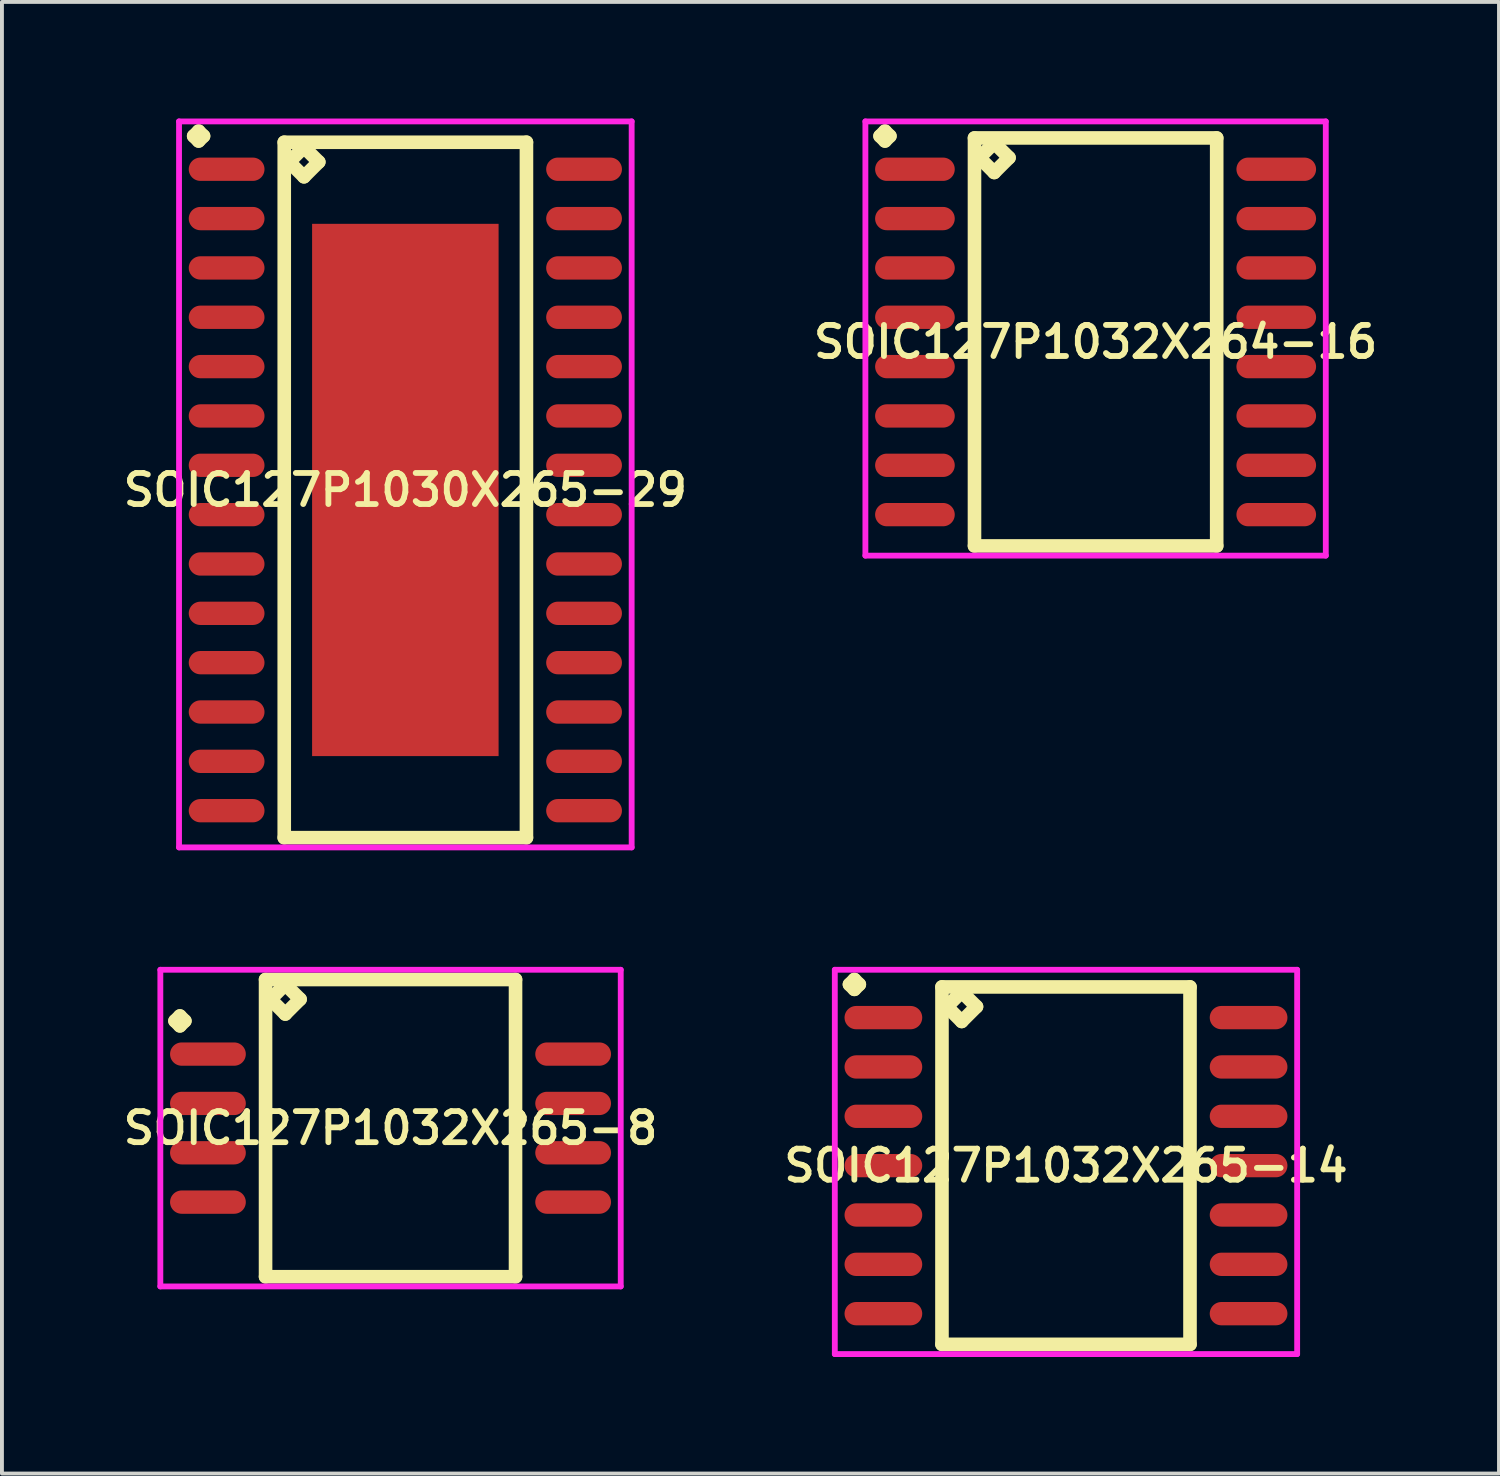
<source format=kicad_pcb>
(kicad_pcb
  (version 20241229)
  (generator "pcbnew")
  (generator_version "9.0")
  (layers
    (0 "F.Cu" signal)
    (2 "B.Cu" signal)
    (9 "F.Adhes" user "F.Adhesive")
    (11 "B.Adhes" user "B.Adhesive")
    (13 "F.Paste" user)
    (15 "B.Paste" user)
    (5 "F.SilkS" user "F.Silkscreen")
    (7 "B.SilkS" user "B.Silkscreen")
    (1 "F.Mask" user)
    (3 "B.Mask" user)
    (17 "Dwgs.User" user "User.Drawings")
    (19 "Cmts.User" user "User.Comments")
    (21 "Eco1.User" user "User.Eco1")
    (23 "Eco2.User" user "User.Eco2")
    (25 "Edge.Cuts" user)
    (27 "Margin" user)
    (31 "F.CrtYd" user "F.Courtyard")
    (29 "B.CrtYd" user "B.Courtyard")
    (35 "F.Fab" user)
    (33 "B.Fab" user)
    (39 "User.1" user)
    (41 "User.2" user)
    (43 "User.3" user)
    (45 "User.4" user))
  (footprint "SOIC127P1032X264-16"
    (layer "F.Cu")
    (at 25.149 5.751)
    (property "Reference" "SOIC127P1032X264-16" (at 0 0 0) (layer "F.SilkS") (effects (font (size 0.8 0.8) (thickness 0.15))))
    (attr smd)
    (fp_line (start -5.548 -5.299) (end -5.421 -5.426) (stroke (width 0.35) (type solid)) (layer "F.SilkS"))
    (fp_line (start -5.421 -5.426) (end -5.294 -5.299) (stroke (width 0.35) (type solid)) (layer "F.SilkS"))
    (fp_line (start -5.421 -5.172) (end -5.548 -5.299) (stroke (width 0.35) (type solid)) (layer "F.SilkS"))
    (fp_line (start -5.294 -5.299) (end -5.421 -5.172) (stroke (width 0.35) (type solid)) (layer "F.SilkS"))
    (fp_line (start -3.117 -5.25) (end -3.117 5.25) (stroke (width 0.35) (type solid)) (layer "F.SilkS"))
    (fp_line (start -3.117 5.25) (end 3.117 5.25) (stroke (width 0.35) (type solid)) (layer "F.SilkS"))
    (fp_line (start -2.99 -4.742) (end -2.609 -5.123) (stroke (width 0.35) (type solid)) (layer "F.SilkS"))
    (fp_line (start -2.609 -5.123) (end -2.228 -4.742) (stroke (width 0.35) (type solid)) (layer "F.SilkS"))
    (fp_line (start -2.609 -4.361) (end -2.99 -4.742) (stroke (width 0.35) (type solid)) (layer "F.SilkS"))
    (fp_line (start -2.228 -4.742) (end -2.609 -4.361) (stroke (width 0.35) (type solid)) (layer "F.SilkS"))
    (fp_line (start 3.117 -5.25) (end -3.117 -5.25) (stroke (width 0.35) (type solid)) (layer "F.SilkS"))
    (fp_line (start 3.117 5.25) (end 3.117 -5.25) (stroke (width 0.35) (type solid)) (layer "F.SilkS"))
    (fp_line (start -5.925 -5.676) (end 5.925 -5.676) (stroke (width 0.15) (type solid)) (layer "F.CrtYd"))
    (fp_line (start -5.925 5.5) (end -5.925 -5.676) (stroke (width 0.15) (type solid)) (layer "F.CrtYd"))
    (fp_line (start 5.925 -5.676) (end 5.925 5.5) (stroke (width 0.15) (type solid)) (layer "F.CrtYd"))
    (fp_line (start 5.925 5.5) (end -5.925 5.5) (stroke (width 0.15) (type solid)) (layer "F.CrtYd"))
    (pad "1" smd oval (at -4.65 -4.445) (size 2.05 0.6) (layers "F.Cu" "F.Mask" "F.Paste"))
    (pad "2" smd oval (at -4.65 -3.175) (size 2.05 0.6) (layers "F.Cu" "F.Mask" "F.Paste"))
    (pad "3" smd oval (at -4.65 -1.905) (size 2.05 0.6) (layers "F.Cu" "F.Mask" "F.Paste"))
    (pad "4" smd oval (at -4.65 -0.635) (size 2.05 0.6) (layers "F.Cu" "F.Mask" "F.Paste"))
    (pad "5" smd oval (at -4.65 0.635) (size 2.05 0.6) (layers "F.Cu" "F.Mask" "F.Paste"))
    (pad "6" smd oval (at -4.65 1.905) (size 2.05 0.6) (layers "F.Cu" "F.Mask" "F.Paste"))
    (pad "7" smd oval (at -4.65 3.175) (size 2.05 0.6) (layers "F.Cu" "F.Mask" "F.Paste"))
    (pad "8" smd oval (at -4.65 4.445) (size 2.05 0.6) (layers "F.Cu" "F.Mask" "F.Paste"))
    (pad "9" smd oval (at 4.65 4.445) (size 2.05 0.6) (layers "F.Cu" "F.Mask" "F.Paste"))
    (pad "10" smd oval (at 4.65 3.175) (size 2.05 0.6) (layers "F.Cu" "F.Mask" "F.Paste"))
    (pad "11" smd oval (at 4.65 1.905) (size 2.05 0.6) (layers "F.Cu" "F.Mask" "F.Paste"))
    (pad "12" smd oval (at 4.65 0.635) (size 2.05 0.6) (layers "F.Cu" "F.Mask" "F.Paste"))
    (pad "13" smd oval (at 4.65 -0.635) (size 2.05 0.6) (layers "F.Cu" "F.Mask" "F.Paste"))
    (pad "14" smd oval (at 4.65 -1.905) (size 2.05 0.6) (layers "F.Cu" "F.Mask" "F.Paste"))
    (pad "15" smd oval (at 4.65 -3.175) (size 2.05 0.6) (layers "F.Cu" "F.Mask" "F.Paste"))
    (pad "16" smd oval (at 4.65 -4.445) (size 2.05 0.6) (layers "F.Cu" "F.Mask" "F.Paste")))
  (footprint "SOIC127P1032X265-8"
    (layer "F.Cu")
    (at 7.002 25.986)
    (property "Reference" "SOIC127P1032X265-8" (at 0 0 0) (layer "F.SilkS") (effects (font (size 0.8 0.8) (thickness 0.15))))
    (attr smd)
    (fp_line (start -5.548 -2.759) (end -5.421 -2.886) (stroke (width 0.35) (type solid)) (layer "F.SilkS"))
    (fp_line (start -5.421 -2.886) (end -5.294 -2.759) (stroke (width 0.35) (type solid)) (layer "F.SilkS"))
    (fp_line (start -5.421 -2.632) (end -5.548 -2.759) (stroke (width 0.35) (type solid)) (layer "F.SilkS"))
    (fp_line (start -5.294 -2.759) (end -5.421 -2.632) (stroke (width 0.35) (type solid)) (layer "F.SilkS"))
    (fp_line (start -3.217 -3.825) (end -3.217 3.825) (stroke (width 0.35) (type solid)) (layer "F.SilkS"))
    (fp_line (start -3.217 3.825) (end 3.217 3.825) (stroke (width 0.35) (type solid)) (layer "F.SilkS"))
    (fp_line (start -3.09 -3.317) (end -2.709 -3.698) (stroke (width 0.35) (type solid)) (layer "F.SilkS"))
    (fp_line (start -2.709 -3.698) (end -2.328 -3.317) (stroke (width 0.35) (type solid)) (layer "F.SilkS"))
    (fp_line (start -2.709 -2.936) (end -3.09 -3.317) (stroke (width 0.35) (type solid)) (layer "F.SilkS"))
    (fp_line (start -2.328 -3.317) (end -2.709 -2.936) (stroke (width 0.35) (type solid)) (layer "F.SilkS"))
    (fp_line (start 3.217 -3.825) (end -3.217 -3.825) (stroke (width 0.35) (type solid)) (layer "F.SilkS"))
    (fp_line (start 3.217 3.825) (end 3.217 -3.825) (stroke (width 0.35) (type solid)) (layer "F.SilkS"))
    (fp_line (start -5.925 -4.075) (end 5.925 -4.075) (stroke (width 0.15) (type solid)) (layer "F.CrtYd"))
    (fp_line (start -5.925 4.075) (end -5.925 -4.075) (stroke (width 0.15) (type solid)) (layer "F.CrtYd"))
    (fp_line (start 5.925 -4.075) (end 5.925 4.075) (stroke (width 0.15) (type solid)) (layer "F.CrtYd"))
    (fp_line (start 5.925 4.075) (end -5.925 4.075) (stroke (width 0.15) (type solid)) (layer "F.CrtYd"))
    (pad "1" smd oval (at -4.7 -1.905) (size 1.95 0.6) (layers "F.Cu" "F.Mask" "F.Paste"))
    (pad "2" smd oval (at -4.7 -0.635) (size 1.95 0.6) (layers "F.Cu" "F.Mask" "F.Paste"))
    (pad "3" smd oval (at -4.7 0.635) (size 1.95 0.6) (layers "F.Cu" "F.Mask" "F.Paste"))
    (pad "4" smd oval (at -4.7 1.905) (size 1.95 0.6) (layers "F.Cu" "F.Mask" "F.Paste"))
    (pad "5" smd oval (at 4.7 1.905) (size 1.95 0.6) (layers "F.Cu" "F.Mask" "F.Paste"))
    (pad "6" smd oval (at 4.7 0.635) (size 1.95 0.6) (layers "F.Cu" "F.Mask" "F.Paste"))
    (pad "7" smd oval (at 4.7 -0.635) (size 1.95 0.6) (layers "F.Cu" "F.Mask" "F.Paste"))
    (pad "8" smd oval (at 4.7 -1.905) (size 1.95 0.6) (layers "F.Cu" "F.Mask" "F.Paste")))
  (footprint "SOIC127P1032X265-14"
    (layer "F.Cu")
    (at 24.387 26.952)
    (property "Reference" "SOIC127P1032X265-14" (at 0 0 0) (layer "F.SilkS") (effects (font (size 0.8 0.8) (thickness 0.15))))
    (attr smd)
    (fp_line (start -5.573 -4.664) (end -5.446 -4.791) (stroke (width 0.35) (type solid)) (layer "F.SilkS"))
    (fp_line (start -5.446 -4.791) (end -5.319 -4.664) (stroke (width 0.35) (type solid)) (layer "F.SilkS"))
    (fp_line (start -5.446 -4.537) (end -5.573 -4.664) (stroke (width 0.35) (type solid)) (layer "F.SilkS"))
    (fp_line (start -5.319 -4.664) (end -5.446 -4.537) (stroke (width 0.35) (type solid)) (layer "F.SilkS"))
    (fp_line (start -3.192 -4.6) (end -3.192 4.6) (stroke (width 0.35) (type solid)) (layer "F.SilkS"))
    (fp_line (start -3.192 4.6) (end 3.192 4.6) (stroke (width 0.35) (type solid)) (layer "F.SilkS"))
    (fp_line (start -3.065 -4.092) (end -2.684 -4.473) (stroke (width 0.35) (type solid)) (layer "F.SilkS"))
    (fp_line (start -2.684 -4.473) (end -2.303 -4.092) (stroke (width 0.35) (type solid)) (layer "F.SilkS"))
    (fp_line (start -2.684 -3.711) (end -3.065 -4.092) (stroke (width 0.35) (type solid)) (layer "F.SilkS"))
    (fp_line (start -2.303 -4.092) (end -2.684 -3.711) (stroke (width 0.35) (type solid)) (layer "F.SilkS"))
    (fp_line (start 3.192 -4.6) (end -3.192 -4.6) (stroke (width 0.35) (type solid)) (layer "F.SilkS"))
    (fp_line (start 3.192 4.6) (end 3.192 -4.6) (stroke (width 0.35) (type solid)) (layer "F.SilkS"))
    (fp_line (start -5.95 -5.041) (end 5.95 -5.041) (stroke (width 0.15) (type solid)) (layer "F.CrtYd"))
    (fp_line (start -5.95 4.85) (end -5.95 -5.041) (stroke (width 0.15) (type solid)) (layer "F.CrtYd"))
    (fp_line (start 5.95 -5.041) (end 5.95 4.85) (stroke (width 0.15) (type solid)) (layer "F.CrtYd"))
    (fp_line (start 5.95 4.85) (end -5.95 4.85) (stroke (width 0.15) (type solid)) (layer "F.CrtYd"))
    (pad "1" smd oval (at -4.7 -3.81) (size 2 0.6) (layers "F.Cu" "F.Mask" "F.Paste"))
    (pad "2" smd oval (at -4.7 -2.54) (size 2 0.6) (layers "F.Cu" "F.Mask" "F.Paste"))
    (pad "3" smd oval (at -4.7 -1.27) (size 2 0.6) (layers "F.Cu" "F.Mask" "F.Paste"))
    (pad "4" smd oval (at -4.7 0) (size 2 0.6) (layers "F.Cu" "F.Mask" "F.Paste"))
    (pad "5" smd oval (at -4.7 1.27) (size 2 0.6) (layers "F.Cu" "F.Mask" "F.Paste"))
    (pad "6" smd oval (at -4.7 2.54) (size 2 0.6) (layers "F.Cu" "F.Mask" "F.Paste"))
    (pad "7" smd oval (at -4.7 3.81) (size 2 0.6) (layers "F.Cu" "F.Mask" "F.Paste"))
    (pad "8" smd oval (at 4.7 3.81) (size 2 0.6) (layers "F.Cu" "F.Mask" "F.Paste"))
    (pad "9" smd oval (at 4.7 2.54) (size 2 0.6) (layers "F.Cu" "F.Mask" "F.Paste"))
    (pad "10" smd oval (at 4.7 1.27) (size 2 0.6) (layers "F.Cu" "F.Mask" "F.Paste"))
    (pad "11" smd oval (at 4.7 0) (size 2 0.6) (layers "F.Cu" "F.Mask" "F.Paste"))
    (pad "12" smd oval (at 4.7 -1.27) (size 2 0.6) (layers "F.Cu" "F.Mask" "F.Paste"))
    (pad "13" smd oval (at 4.7 -2.54) (size 2 0.6) (layers "F.Cu" "F.Mask" "F.Paste"))
    (pad "14" smd oval (at 4.7 -3.81) (size 2 0.6) (layers "F.Cu" "F.Mask" "F.Paste")))
  (footprint "SOIC127P1030X265-29"
    (layer "F.Cu")
    (at 7.383 9.561)
    (property "Reference" "SOIC127P1030X265-29" (at 0 0 0) (layer "F.SilkS") (effects (font (size 0.8 0.8) (thickness 0.15))))
    (attr smd)
    (fp_line (start -5.448 -9.109) (end -5.321 -9.236) (stroke (width 0.35) (type solid)) (layer "F.SilkS"))
    (fp_line (start -5.321 -9.236) (end -5.194 -9.109) (stroke (width 0.35) (type solid)) (layer "F.SilkS"))
    (fp_line (start -5.321 -8.982) (end -5.448 -9.109) (stroke (width 0.35) (type solid)) (layer "F.SilkS"))
    (fp_line (start -5.194 -9.109) (end -5.321 -8.982) (stroke (width 0.35) (type solid)) (layer "F.SilkS"))
    (fp_line (start -3.117 -8.95) (end -3.117 8.95) (stroke (width 0.35) (type solid)) (layer "F.SilkS"))
    (fp_line (start -3.117 8.95) (end 3.117 8.95) (stroke (width 0.35) (type solid)) (layer "F.SilkS"))
    (fp_line (start -2.99 -8.442) (end -2.609 -8.823) (stroke (width 0.35) (type solid)) (layer "F.SilkS"))
    (fp_line (start -2.609 -8.823) (end -2.228 -8.442) (stroke (width 0.35) (type solid)) (layer "F.SilkS"))
    (fp_line (start -2.609 -8.061) (end -2.99 -8.442) (stroke (width 0.35) (type solid)) (layer "F.SilkS"))
    (fp_line (start -2.228 -8.442) (end -2.609 -8.061) (stroke (width 0.35) (type solid)) (layer "F.SilkS"))
    (fp_line (start 3.117 -8.95) (end -3.117 -8.95) (stroke (width 0.35) (type solid)) (layer "F.SilkS"))
    (fp_line (start 3.117 8.95) (end 3.117 -8.95) (stroke (width 0.35) (type solid)) (layer "F.SilkS"))
    (fp_line (start -5.825 -9.486) (end 5.825 -9.486) (stroke (width 0.15) (type solid)) (layer "F.CrtYd"))
    (fp_line (start -5.825 9.2) (end -5.825 -9.486) (stroke (width 0.15) (type solid)) (layer "F.CrtYd"))
    (fp_line (start 5.825 -9.486) (end 5.825 9.2) (stroke (width 0.15) (type solid)) (layer "F.CrtYd"))
    (fp_line (start 5.825 9.2) (end -5.825 9.2) (stroke (width 0.15) (type solid)) (layer "F.CrtYd"))
    (pad "1" smd oval (at -4.6 -8.255) (size 1.95 0.6) (layers "F.Cu" "F.Mask" "F.Paste"))
    (pad "2" smd oval (at -4.6 -6.985) (size 1.95 0.6) (layers "F.Cu" "F.Mask" "F.Paste"))
    (pad "3" smd oval (at -4.6 -5.715) (size 1.95 0.6) (layers "F.Cu" "F.Mask" "F.Paste"))
    (pad "4" smd oval (at -4.6 -4.445) (size 1.95 0.6) (layers "F.Cu" "F.Mask" "F.Paste"))
    (pad "5" smd oval (at -4.6 -3.175) (size 1.95 0.6) (layers "F.Cu" "F.Mask" "F.Paste"))
    (pad "6" smd oval (at -4.6 -1.905) (size 1.95 0.6) (layers "F.Cu" "F.Mask" "F.Paste"))
    (pad "7" smd oval (at -4.6 -0.635) (size 1.95 0.6) (layers "F.Cu" "F.Mask" "F.Paste"))
    (pad "8" smd oval (at -4.6 0.635) (size 1.95 0.6) (layers "F.Cu" "F.Mask" "F.Paste"))
    (pad "9" smd oval (at -4.6 1.905) (size 1.95 0.6) (layers "F.Cu" "F.Mask" "F.Paste"))
    (pad "10" smd oval (at -4.6 3.175) (size 1.95 0.6) (layers "F.Cu" "F.Mask" "F.Paste"))
    (pad "11" smd oval (at -4.6 4.445) (size 1.95 0.6) (layers "F.Cu" "F.Mask" "F.Paste"))
    (pad "12" smd oval (at -4.6 5.715) (size 1.95 0.6) (layers "F.Cu" "F.Mask" "F.Paste"))
    (pad "13" smd oval (at -4.6 6.985) (size 1.95 0.6) (layers "F.Cu" "F.Mask" "F.Paste"))
    (pad "14" smd oval (at -4.6 8.255) (size 1.95 0.6) (layers "F.Cu" "F.Mask" "F.Paste"))
    (pad "15" smd oval (at 4.6 8.255) (size 1.95 0.6) (layers "F.Cu" "F.Mask" "F.Paste"))
    (pad "16" smd oval (at 4.6 6.985) (size 1.95 0.6) (layers "F.Cu" "F.Mask" "F.Paste"))
    (pad "17" smd oval (at 4.6 5.715) (size 1.95 0.6) (layers "F.Cu" "F.Mask" "F.Paste"))
    (pad "18" smd oval (at 4.6 4.445) (size 1.95 0.6) (layers "F.Cu" "F.Mask" "F.Paste"))
    (pad "19" smd oval (at 4.6 3.175) (size 1.95 0.6) (layers "F.Cu" "F.Mask" "F.Paste"))
    (pad "20" smd oval (at 4.6 1.905) (size 1.95 0.6) (layers "F.Cu" "F.Mask" "F.Paste"))
    (pad "21" smd oval (at 4.6 0.635) (size 1.95 0.6) (layers "F.Cu" "F.Mask" "F.Paste"))
    (pad "22" smd oval (at 4.6 -0.635) (size 1.95 0.6) (layers "F.Cu" "F.Mask" "F.Paste"))
    (pad "23" smd oval (at 4.6 -1.905) (size 1.95 0.6) (layers "F.Cu" "F.Mask" "F.Paste"))
    (pad "24" smd oval (at 4.6 -3.175) (size 1.95 0.6) (layers "F.Cu" "F.Mask" "F.Paste"))
    (pad "25" smd oval (at 4.6 -4.445) (size 1.95 0.6) (layers "F.Cu" "F.Mask" "F.Paste"))
    (pad "26" smd oval (at 4.6 -5.715) (size 1.95 0.6) (layers "F.Cu" "F.Mask" "F.Paste"))
    (pad "27" smd oval (at 4.6 -6.985) (size 1.95 0.6) (layers "F.Cu" "F.Mask" "F.Paste"))
    (pad "28" smd oval (at 4.6 -8.255) (size 1.95 0.6) (layers "F.Cu" "F.Mask" "F.Paste"))
    (pad "29" smd rect (at 0 0) (size 4.8 13.7) (layers "F.Cu" "F.Mask" "F.Paste")))
  (gr_rect
    (start -3 -3)
    (end 35.532 34.877)
    (stroke (width 0.1) (type default))
    (fill no)
    (layer "Edge.Cuts")))
</source>
